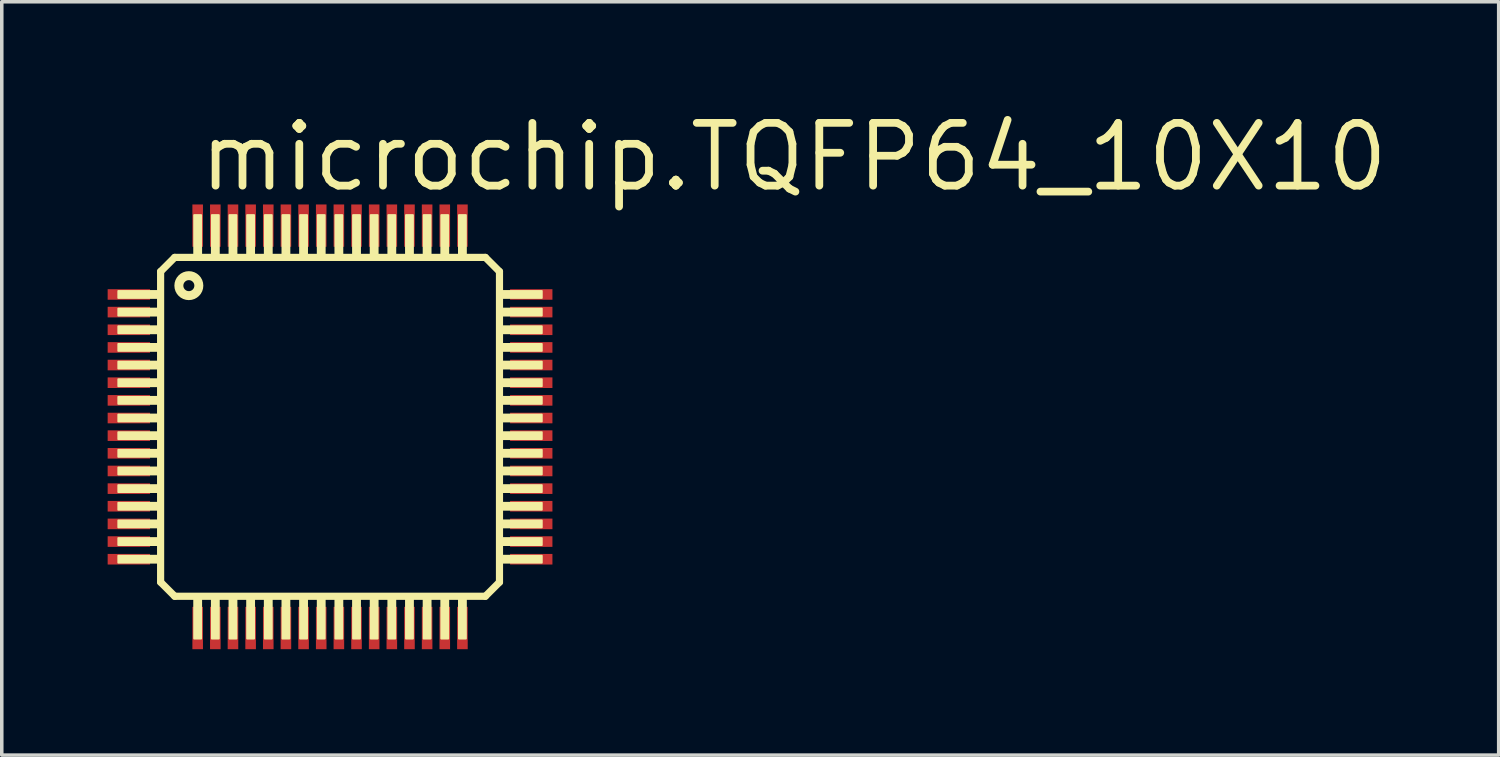
<source format=kicad_pcb>
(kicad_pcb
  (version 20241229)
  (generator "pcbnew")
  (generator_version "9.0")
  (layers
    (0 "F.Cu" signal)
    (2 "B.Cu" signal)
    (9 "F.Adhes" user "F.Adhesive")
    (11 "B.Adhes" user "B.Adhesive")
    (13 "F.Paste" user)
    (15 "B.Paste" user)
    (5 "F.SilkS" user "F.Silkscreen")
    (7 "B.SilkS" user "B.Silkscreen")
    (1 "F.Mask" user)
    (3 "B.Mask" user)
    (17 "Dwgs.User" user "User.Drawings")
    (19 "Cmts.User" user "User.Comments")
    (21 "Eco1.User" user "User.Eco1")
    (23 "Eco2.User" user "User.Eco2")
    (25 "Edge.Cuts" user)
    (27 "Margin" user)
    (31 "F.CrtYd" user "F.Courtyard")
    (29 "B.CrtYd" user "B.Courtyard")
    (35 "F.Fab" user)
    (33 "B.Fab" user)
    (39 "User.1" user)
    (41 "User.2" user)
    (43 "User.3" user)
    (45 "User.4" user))
  (footprint "microchip.TQFP64_10X10"
    (layer "F.Cu")
    (at 6.3 9.042)
    (property "Reference" "microchip.TQFP64_10X10" (at -3.81 -6.604 0) (layer "F.SilkS") (effects (font (size 1.778 1.778) (thickness 0.22)) (justify left bottom)))
    (attr smd)
    (fp_line (start -4.8 -4.4) (end -4.4 -4.8) (stroke (width 0.203) (type default)) (layer "F.SilkS"))
    (fp_line (start -4.8 4.4) (end -4.8 -4.4) (stroke (width 0.203) (type default)) (layer "F.SilkS"))
    (fp_line (start -4.4 -4.8) (end 4.4 -4.8) (stroke (width 0.203) (type default)) (layer "F.SilkS"))
    (fp_line (start -4.4 4.8) (end -4.8 4.4) (stroke (width 0.203) (type default)) (layer "F.SilkS"))
    (fp_line (start 4.4 -4.8) (end 4.8 -4.4) (stroke (width 0.203) (type default)) (layer "F.SilkS"))
    (fp_line (start 4.4 4.8) (end -4.4 4.8) (stroke (width 0.203) (type default)) (layer "F.SilkS"))
    (fp_line (start 4.8 -4.4) (end 4.8 4.4) (stroke (width 0.203) (type default)) (layer "F.SilkS"))
    (fp_line (start 4.8 4.4) (end 4.4 4.8) (stroke (width 0.203) (type default)) (layer "F.SilkS"))
    (fp_rect (start -6 -3.65) (end -4.8 -3.85) (stroke (width 0.05) (type default)) (fill yes) (layer "F.SilkS"))
    (fp_rect (start -6 -3.15) (end -4.8 -3.35) (stroke (width 0.05) (type default)) (fill yes) (layer "F.SilkS"))
    (fp_rect (start -6 -2.65) (end -4.8 -2.85) (stroke (width 0.05) (type default)) (fill yes) (layer "F.SilkS"))
    (fp_rect (start -6 -2.15) (end -4.8 -2.35) (stroke (width 0.05) (type default)) (fill yes) (layer "F.SilkS"))
    (fp_rect (start -6 -1.65) (end -4.8 -1.85) (stroke (width 0.05) (type default)) (fill yes) (layer "F.SilkS"))
    (fp_rect (start -6 -1.15) (end -4.8 -1.35) (stroke (width 0.05) (type default)) (fill yes) (layer "F.SilkS"))
    (fp_rect (start -6 -0.65) (end -4.8 -0.85) (stroke (width 0.05) (type default)) (fill yes) (layer "F.SilkS"))
    (fp_rect (start -6 -0.15) (end -4.8 -0.35) (stroke (width 0.05) (type default)) (fill yes) (layer "F.SilkS"))
    (fp_rect (start -6 0.35) (end -4.8 0.15) (stroke (width 0.05) (type default)) (fill yes) (layer "F.SilkS"))
    (fp_rect (start -6 0.85) (end -4.8 0.65) (stroke (width 0.05) (type default)) (fill yes) (layer "F.SilkS"))
    (fp_rect (start -6 1.35) (end -4.8 1.15) (stroke (width 0.05) (type default)) (fill yes) (layer "F.SilkS"))
    (fp_rect (start -6 1.85) (end -4.8 1.65) (stroke (width 0.05) (type default)) (fill yes) (layer "F.SilkS"))
    (fp_rect (start -6 2.35) (end -4.8 2.15) (stroke (width 0.05) (type default)) (fill yes) (layer "F.SilkS"))
    (fp_rect (start -6 2.85) (end -4.8 2.65) (stroke (width 0.05) (type default)) (fill yes) (layer "F.SilkS"))
    (fp_rect (start -6 3.35) (end -4.8 3.15) (stroke (width 0.05) (type default)) (fill yes) (layer "F.SilkS"))
    (fp_rect (start -6 3.85) (end -4.8 3.65) (stroke (width 0.05) (type default)) (fill yes) (layer "F.SilkS"))
    (fp_rect (start -3.85 -4.8) (end -3.65 -6) (stroke (width 0.05) (type default)) (fill yes) (layer "F.SilkS"))
    (fp_rect (start -3.85 6) (end -3.65 4.8) (stroke (width 0.05) (type default)) (fill yes) (layer "F.SilkS"))
    (fp_rect (start -3.35 -4.8) (end -3.15 -6) (stroke (width 0.05) (type default)) (fill yes) (layer "F.SilkS"))
    (fp_rect (start -3.35 6) (end -3.15 4.8) (stroke (width 0.05) (type default)) (fill yes) (layer "F.SilkS"))
    (fp_rect (start -2.85 -4.8) (end -2.65 -6) (stroke (width 0.05) (type default)) (fill yes) (layer "F.SilkS"))
    (fp_rect (start -2.85 6) (end -2.65 4.8) (stroke (width 0.05) (type default)) (fill yes) (layer "F.SilkS"))
    (fp_rect (start -2.35 -4.8) (end -2.15 -6) (stroke (width 0.05) (type default)) (fill yes) (layer "F.SilkS"))
    (fp_rect (start -2.35 6) (end -2.15 4.8) (stroke (width 0.05) (type default)) (fill yes) (layer "F.SilkS"))
    (fp_rect (start -1.85 -4.8) (end -1.65 -6) (stroke (width 0.05) (type default)) (fill yes) (layer "F.SilkS"))
    (fp_rect (start -1.85 6) (end -1.65 4.8) (stroke (width 0.05) (type default)) (fill yes) (layer "F.SilkS"))
    (fp_rect (start -1.35 -4.8) (end -1.15 -6) (stroke (width 0.05) (type default)) (fill yes) (layer "F.SilkS"))
    (fp_rect (start -1.35 6) (end -1.15 4.8) (stroke (width 0.05) (type default)) (fill yes) (layer "F.SilkS"))
    (fp_rect (start -0.85 -4.8) (end -0.65 -6) (stroke (width 0.05) (type default)) (fill yes) (layer "F.SilkS"))
    (fp_rect (start -0.85 6) (end -0.65 4.8) (stroke (width 0.05) (type default)) (fill yes) (layer "F.SilkS"))
    (fp_rect (start -0.35 -4.8) (end -0.15 -6) (stroke (width 0.05) (type default)) (fill yes) (layer "F.SilkS"))
    (fp_rect (start -0.35 6) (end -0.15 4.8) (stroke (width 0.05) (type default)) (fill yes) (layer "F.SilkS"))
    (fp_rect (start 0.15 -4.8) (end 0.35 -6) (stroke (width 0.05) (type default)) (fill yes) (layer "F.SilkS"))
    (fp_rect (start 0.15 6) (end 0.35 4.8) (stroke (width 0.05) (type default)) (fill yes) (layer "F.SilkS"))
    (fp_rect (start 0.65 -4.8) (end 0.85 -6) (stroke (width 0.05) (type default)) (fill yes) (layer "F.SilkS"))
    (fp_rect (start 0.65 6) (end 0.85 4.8) (stroke (width 0.05) (type default)) (fill yes) (layer "F.SilkS"))
    (fp_rect (start 1.15 -4.8) (end 1.35 -6) (stroke (width 0.05) (type default)) (fill yes) (layer "F.SilkS"))
    (fp_rect (start 1.15 6) (end 1.35 4.8) (stroke (width 0.05) (type default)) (fill yes) (layer "F.SilkS"))
    (fp_rect (start 1.65 -4.8) (end 1.85 -6) (stroke (width 0.05) (type default)) (fill yes) (layer "F.SilkS"))
    (fp_rect (start 1.65 6) (end 1.85 4.8) (stroke (width 0.05) (type default)) (fill yes) (layer "F.SilkS"))
    (fp_rect (start 2.15 -4.8) (end 2.35 -6) (stroke (width 0.05) (type default)) (fill yes) (layer "F.SilkS"))
    (fp_rect (start 2.15 6) (end 2.35 4.8) (stroke (width 0.05) (type default)) (fill yes) (layer "F.SilkS"))
    (fp_rect (start 2.65 -4.8) (end 2.85 -6) (stroke (width 0.05) (type default)) (fill yes) (layer "F.SilkS"))
    (fp_rect (start 2.65 6) (end 2.85 4.8) (stroke (width 0.05) (type default)) (fill yes) (layer "F.SilkS"))
    (fp_rect (start 3.15 -4.8) (end 3.35 -6) (stroke (width 0.05) (type default)) (fill yes) (layer "F.SilkS"))
    (fp_rect (start 3.15 6) (end 3.35 4.8) (stroke (width 0.05) (type default)) (fill yes) (layer "F.SilkS"))
    (fp_rect (start 3.65 -4.8) (end 3.85 -6) (stroke (width 0.05) (type default)) (fill yes) (layer "F.SilkS"))
    (fp_rect (start 3.65 6) (end 3.85 4.8) (stroke (width 0.05) (type default)) (fill yes) (layer "F.SilkS"))
    (fp_rect (start 4.8 -3.65) (end 6 -3.85) (stroke (width 0.05) (type default)) (fill yes) (layer "F.SilkS"))
    (fp_rect (start 4.8 -3.15) (end 6 -3.35) (stroke (width 0.05) (type default)) (fill yes) (layer "F.SilkS"))
    (fp_rect (start 4.8 -2.65) (end 6 -2.85) (stroke (width 0.05) (type default)) (fill yes) (layer "F.SilkS"))
    (fp_rect (start 4.8 -2.15) (end 6 -2.35) (stroke (width 0.05) (type default)) (fill yes) (layer "F.SilkS"))
    (fp_rect (start 4.8 -1.65) (end 6 -1.85) (stroke (width 0.05) (type default)) (fill yes) (layer "F.SilkS"))
    (fp_rect (start 4.8 -1.15) (end 6 -1.35) (stroke (width 0.05) (type default)) (fill yes) (layer "F.SilkS"))
    (fp_rect (start 4.8 -0.65) (end 6 -0.85) (stroke (width 0.05) (type default)) (fill yes) (layer "F.SilkS"))
    (fp_rect (start 4.8 -0.15) (end 6 -0.35) (stroke (width 0.05) (type default)) (fill yes) (layer "F.SilkS"))
    (fp_rect (start 4.8 0.35) (end 6 0.15) (stroke (width 0.05) (type default)) (fill yes) (layer "F.SilkS"))
    (fp_rect (start 4.8 0.85) (end 6 0.65) (stroke (width 0.05) (type default)) (fill yes) (layer "F.SilkS"))
    (fp_rect (start 4.8 1.35) (end 6 1.15) (stroke (width 0.05) (type default)) (fill yes) (layer "F.SilkS"))
    (fp_rect (start 4.8 1.85) (end 6 1.65) (stroke (width 0.05) (type default)) (fill yes) (layer "F.SilkS"))
    (fp_rect (start 4.8 2.35) (end 6 2.15) (stroke (width 0.05) (type default)) (fill yes) (layer "F.SilkS"))
    (fp_rect (start 4.8 2.85) (end 6 2.65) (stroke (width 0.05) (type default)) (fill yes) (layer "F.SilkS"))
    (fp_rect (start 4.8 3.35) (end 6 3.15) (stroke (width 0.05) (type default)) (fill yes) (layer "F.SilkS"))
    (fp_rect (start 4.8 3.85) (end 6 3.65) (stroke (width 0.05) (type default)) (fill yes) (layer "F.SilkS"))
    (fp_circle (center -4 -4) (end -3.717 -4) (stroke (width 0.254) (type default)) (fill no) (layer "F.SilkS"))
    (pad "1" smd roundrect (at -5.7 -3.75) (size 1.2 0.3) (layers "F.Cu" "F.Mask" "F.Paste") (roundrect_rratio 0.01))
    (pad "2" smd roundrect (at -5.7 -3.25) (size 1.2 0.3) (layers "F.Cu" "F.Mask" "F.Paste") (roundrect_rratio 0.01))
    (pad "3" smd roundrect (at -5.7 -2.75) (size 1.2 0.3) (layers "F.Cu" "F.Mask" "F.Paste") (roundrect_rratio 0.01))
    (pad "4" smd roundrect (at -5.7 -2.25) (size 1.2 0.3) (layers "F.Cu" "F.Mask" "F.Paste") (roundrect_rratio 0.01))
    (pad "5" smd roundrect (at -5.7 -1.75) (size 1.2 0.3) (layers "F.Cu" "F.Mask" "F.Paste") (roundrect_rratio 0.01))
    (pad "6" smd roundrect (at -5.7 -1.25) (size 1.2 0.3) (layers "F.Cu" "F.Mask" "F.Paste") (roundrect_rratio 0.01))
    (pad "7" smd roundrect (at -5.7 -0.75) (size 1.2 0.3) (layers "F.Cu" "F.Mask" "F.Paste") (roundrect_rratio 0.01))
    (pad "8" smd roundrect (at -5.7 -0.25) (size 1.2 0.3) (layers "F.Cu" "F.Mask" "F.Paste") (roundrect_rratio 0.01))
    (pad "9" smd roundrect (at -5.7 0.25) (size 1.2 0.3) (layers "F.Cu" "F.Mask" "F.Paste") (roundrect_rratio 0.01))
    (pad "10" smd roundrect (at -5.7 0.75) (size 1.2 0.3) (layers "F.Cu" "F.Mask" "F.Paste") (roundrect_rratio 0.01))
    (pad "11" smd roundrect (at -5.7 1.25) (size 1.2 0.3) (layers "F.Cu" "F.Mask" "F.Paste") (roundrect_rratio 0.01))
    (pad "12" smd roundrect (at -5.7 1.75) (size 1.2 0.3) (layers "F.Cu" "F.Mask" "F.Paste") (roundrect_rratio 0.01))
    (pad "13" smd roundrect (at -5.7 2.25) (size 1.2 0.3) (layers "F.Cu" "F.Mask" "F.Paste") (roundrect_rratio 0.01))
    (pad "14" smd roundrect (at -5.7 2.75) (size 1.2 0.3) (layers "F.Cu" "F.Mask" "F.Paste") (roundrect_rratio 0.01))
    (pad "15" smd roundrect (at -5.7 3.25) (size 1.2 0.3) (layers "F.Cu" "F.Mask" "F.Paste") (roundrect_rratio 0.01))
    (pad "16" smd roundrect (at -5.7 3.75) (size 1.2 0.3) (layers "F.Cu" "F.Mask" "F.Paste") (roundrect_rratio 0.01))
    (pad "17" smd roundrect (at -3.75 5.7) (size 0.3 1.2) (layers "F.Cu" "F.Mask" "F.Paste") (roundrect_rratio 0.01))
    (pad "18" smd roundrect (at -3.25 5.7) (size 0.3 1.2) (layers "F.Cu" "F.Mask" "F.Paste") (roundrect_rratio 0.01))
    (pad "19" smd roundrect (at -2.75 5.7) (size 0.3 1.2) (layers "F.Cu" "F.Mask" "F.Paste") (roundrect_rratio 0.01))
    (pad "20" smd roundrect (at -2.25 5.7) (size 0.3 1.2) (layers "F.Cu" "F.Mask" "F.Paste") (roundrect_rratio 0.01))
    (pad "21" smd roundrect (at -1.75 5.7) (size 0.3 1.2) (layers "F.Cu" "F.Mask" "F.Paste") (roundrect_rratio 0.01))
    (pad "22" smd roundrect (at -1.25 5.7) (size 0.3 1.2) (layers "F.Cu" "F.Mask" "F.Paste") (roundrect_rratio 0.01))
    (pad "23" smd roundrect (at -0.75 5.7) (size 0.3 1.2) (layers "F.Cu" "F.Mask" "F.Paste") (roundrect_rratio 0.01))
    (pad "24" smd roundrect (at -0.25 5.7) (size 0.3 1.2) (layers "F.Cu" "F.Mask" "F.Paste") (roundrect_rratio 0.01))
    (pad "25" smd roundrect (at 0.25 5.7) (size 0.3 1.2) (layers "F.Cu" "F.Mask" "F.Paste") (roundrect_rratio 0.01))
    (pad "26" smd roundrect (at 0.75 5.7) (size 0.3 1.2) (layers "F.Cu" "F.Mask" "F.Paste") (roundrect_rratio 0.01))
    (pad "27" smd roundrect (at 1.25 5.7) (size 0.3 1.2) (layers "F.Cu" "F.Mask" "F.Paste") (roundrect_rratio 0.01))
    (pad "28" smd roundrect (at 1.75 5.7) (size 0.3 1.2) (layers "F.Cu" "F.Mask" "F.Paste") (roundrect_rratio 0.01))
    (pad "29" smd roundrect (at 2.25 5.7) (size 0.3 1.2) (layers "F.Cu" "F.Mask" "F.Paste") (roundrect_rratio 0.01))
    (pad "30" smd roundrect (at 2.75 5.7) (size 0.3 1.2) (layers "F.Cu" "F.Mask" "F.Paste") (roundrect_rratio 0.01))
    (pad "31" smd roundrect (at 3.25 5.7) (size 0.3 1.2) (layers "F.Cu" "F.Mask" "F.Paste") (roundrect_rratio 0.01))
    (pad "32" smd roundrect (at 3.75 5.7) (size 0.3 1.2) (layers "F.Cu" "F.Mask" "F.Paste") (roundrect_rratio 0.01))
    (pad "33" smd roundrect (at 5.7 3.75) (size 1.2 0.3) (layers "F.Cu" "F.Mask" "F.Paste") (roundrect_rratio 0.01))
    (pad "34" smd roundrect (at 5.7 3.25) (size 1.2 0.3) (layers "F.Cu" "F.Mask" "F.Paste") (roundrect_rratio 0.01))
    (pad "35" smd roundrect (at 5.7 2.75) (size 1.2 0.3) (layers "F.Cu" "F.Mask" "F.Paste") (roundrect_rratio 0.01))
    (pad "36" smd roundrect (at 5.7 2.25) (size 1.2 0.3) (layers "F.Cu" "F.Mask" "F.Paste") (roundrect_rratio 0.01))
    (pad "37" smd roundrect (at 5.7 1.75) (size 1.2 0.3) (layers "F.Cu" "F.Mask" "F.Paste") (roundrect_rratio 0.01))
    (pad "38" smd roundrect (at 5.7 1.25) (size 1.2 0.3) (layers "F.Cu" "F.Mask" "F.Paste") (roundrect_rratio 0.01))
    (pad "39" smd roundrect (at 5.7 0.75) (size 1.2 0.3) (layers "F.Cu" "F.Mask" "F.Paste") (roundrect_rratio 0.01))
    (pad "40" smd roundrect (at 5.7 0.25) (size 1.2 0.3) (layers "F.Cu" "F.Mask" "F.Paste") (roundrect_rratio 0.01))
    (pad "41" smd roundrect (at 5.7 -0.25) (size 1.2 0.3) (layers "F.Cu" "F.Mask" "F.Paste") (roundrect_rratio 0.01))
    (pad "42" smd roundrect (at 5.7 -0.75) (size 1.2 0.3) (layers "F.Cu" "F.Mask" "F.Paste") (roundrect_rratio 0.01))
    (pad "43" smd roundrect (at 5.7 -1.25) (size 1.2 0.3) (layers "F.Cu" "F.Mask" "F.Paste") (roundrect_rratio 0.01))
    (pad "44" smd roundrect (at 5.7 -1.75) (size 1.2 0.3) (layers "F.Cu" "F.Mask" "F.Paste") (roundrect_rratio 0.01))
    (pad "45" smd roundrect (at 5.7 -2.25) (size 1.2 0.3) (layers "F.Cu" "F.Mask" "F.Paste") (roundrect_rratio 0.01))
    (pad "46" smd roundrect (at 5.7 -2.75) (size 1.2 0.3) (layers "F.Cu" "F.Mask" "F.Paste") (roundrect_rratio 0.01))
    (pad "47" smd roundrect (at 5.7 -3.25) (size 1.2 0.3) (layers "F.Cu" "F.Mask" "F.Paste") (roundrect_rratio 0.01))
    (pad "48" smd roundrect (at 5.7 -3.75) (size 1.2 0.3) (layers "F.Cu" "F.Mask" "F.Paste") (roundrect_rratio 0.01))
    (pad "49" smd roundrect (at 3.75 -5.7) (size 0.3 1.2) (layers "F.Cu" "F.Mask" "F.Paste") (roundrect_rratio 0.01))
    (pad "50" smd roundrect (at 3.25 -5.7) (size 0.3 1.2) (layers "F.Cu" "F.Mask" "F.Paste") (roundrect_rratio 0.01))
    (pad "51" smd roundrect (at 2.75 -5.7) (size 0.3 1.2) (layers "F.Cu" "F.Mask" "F.Paste") (roundrect_rratio 0.01))
    (pad "52" smd roundrect (at 2.25 -5.7) (size 0.3 1.2) (layers "F.Cu" "F.Mask" "F.Paste") (roundrect_rratio 0.01))
    (pad "53" smd roundrect (at 1.75 -5.7) (size 0.3 1.2) (layers "F.Cu" "F.Mask" "F.Paste") (roundrect_rratio 0.01))
    (pad "54" smd roundrect (at 1.25 -5.7) (size 0.3 1.2) (layers "F.Cu" "F.Mask" "F.Paste") (roundrect_rratio 0.01))
    (pad "55" smd roundrect (at 0.75 -5.7) (size 0.3 1.2) (layers "F.Cu" "F.Mask" "F.Paste") (roundrect_rratio 0.01))
    (pad "56" smd roundrect (at 0.25 -5.7) (size 0.3 1.2) (layers "F.Cu" "F.Mask" "F.Paste") (roundrect_rratio 0.01))
    (pad "57" smd roundrect (at -0.25 -5.7) (size 0.3 1.2) (layers "F.Cu" "F.Mask" "F.Paste") (roundrect_rratio 0.01))
    (pad "58" smd roundrect (at -0.75 -5.7) (size 0.3 1.2) (layers "F.Cu" "F.Mask" "F.Paste") (roundrect_rratio 0.01))
    (pad "59" smd roundrect (at -1.25 -5.7) (size 0.3 1.2) (layers "F.Cu" "F.Mask" "F.Paste") (roundrect_rratio 0.01))
    (pad "60" smd roundrect (at -1.75 -5.7) (size 0.3 1.2) (layers "F.Cu" "F.Mask" "F.Paste") (roundrect_rratio 0.01))
    (pad "61" smd roundrect (at -2.25 -5.7) (size 0.3 1.2) (layers "F.Cu" "F.Mask" "F.Paste") (roundrect_rratio 0.01))
    (pad "62" smd roundrect (at -2.75 -5.7) (size 0.3 1.2) (layers "F.Cu" "F.Mask" "F.Paste") (roundrect_rratio 0.01))
    (pad "63" smd roundrect (at -3.25 -5.7) (size 0.3 1.2) (layers "F.Cu" "F.Mask" "F.Paste") (roundrect_rratio 0.01))
    (pad "64" smd roundrect (at -3.75 -5.7) (size 0.3 1.2) (layers "F.Cu" "F.Mask" "F.Paste") (roundrect_rratio 0.01)))
  (gr_rect
    (start -3 -3)
    (end 39.407 18.342)
    (stroke (width 0.1) (type default))
    (fill no)
    (layer "Edge.Cuts")))
</source>
